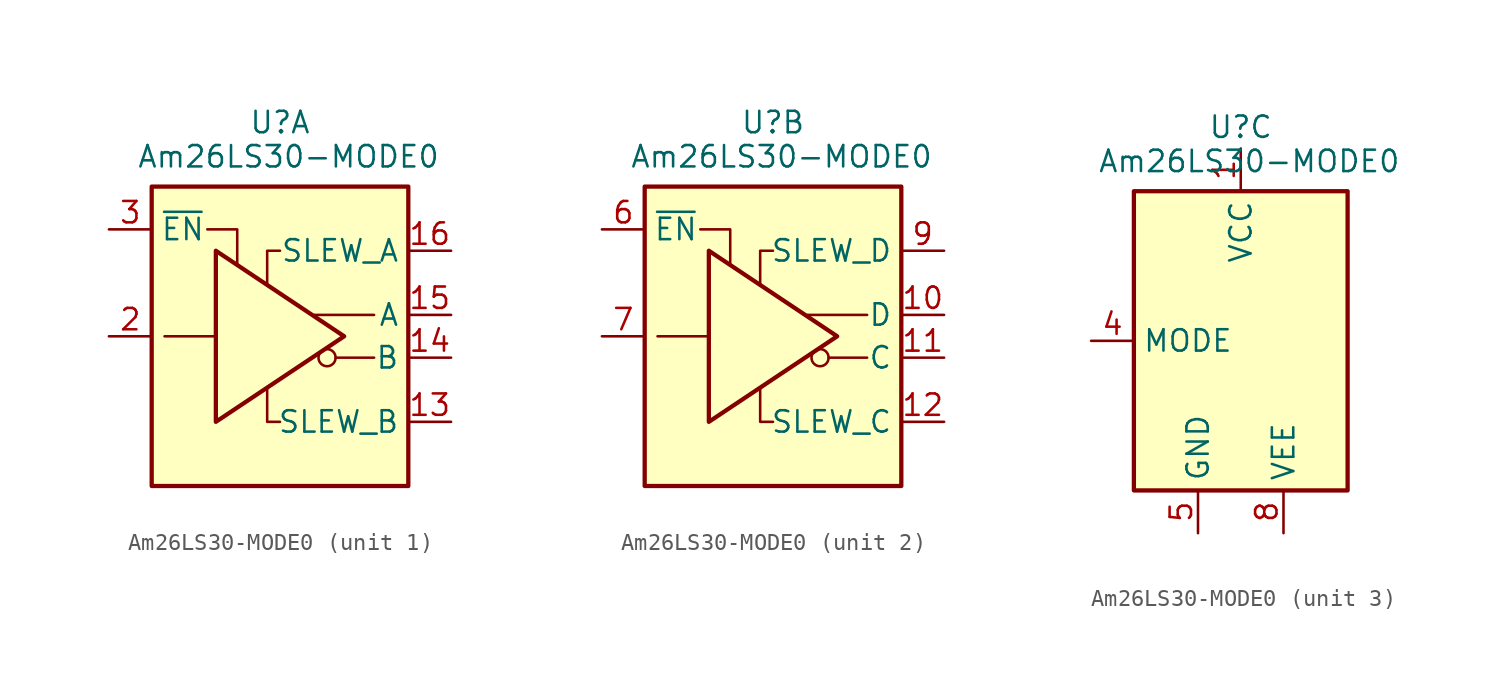
<source format=kicad_sym>
(kicad_symbol_lib
  (version 20231120)
  (generator "kicad_symbol_editor")
  (generator_version "8.0")
  (symbol "Am26LS30-MODE0"
    (property "Reference" "U"
      (at 0 12.7 0)
      (effects (font (size 1.27 1.27))))
    (property "Value" "Am26LS30-MODE0"
      (at 0.508 10.668 0)
      (effects (font (size 1.27 1.27))))
    (property "ki_locked" ""
      (at 0 0 0)
      (effects (font (size 1.27 1.27))))
    (symbol "Am26LS30-MODE0_1_0"
      (polyline (pts (xy -3.81 5.08) (xy -3.81 -5.08) (xy 3.81 0) (xy -3.81 5.08)) (stroke (width 0.254) (type default)) (fill (type background))))
    (symbol "Am26LS30-MODE0_1_1"
      (rectangle (start -7.62 8.89) (end 7.62 -8.89) (stroke (width 0.254) (type default)) (fill (type background)))
      (polyline (pts (xy -6.858 0) (xy -3.81 0)) (stroke (width 0) (type default)) (fill (type none)))
      (polyline (pts (xy 2.032 1.27) (xy 5.588 1.27)) (stroke (width 0) (type default)) (fill (type none)))
      (polyline (pts (xy 3.302 -1.27) (xy 5.588 -1.27)) (stroke (width 0) (type default)) (fill (type none)))
      (polyline (pts (xy -2.54 4.318) (xy -2.54 6.35) (xy -4.318 6.35)) (stroke (width 0) (type default)) (fill (type none)))
      (polyline (pts (xy -0.762 -3.048) (xy -0.762 -5.08) (xy 0 -5.08)) (stroke (width 0) (type default)) (fill (type none)))
      (polyline (pts (xy -0.762 3.048) (xy -0.762 5.08) (xy 0 5.08)) (stroke (width 0) (type default)) (fill (type none)))
      (circle (center 2.794 -1.27) (radius 0.508) (stroke (width 0) (type default)) (fill (type none)))
      (pin output line (at 10.16 -5.08 180) (length 2.54) (name "SLEW_B" (effects (font (size 1.27 1.27)))) (number "13" (effects (font (size 1.27 1.27)))))
      (pin output line (at 10.16 -1.27 180) (length 2.54) (name "B" (effects (font (size 1.27 1.27)))) (number "14" (effects (font (size 1.27 1.27)))))
      (pin output line (at 10.16 1.27 180) (length 2.54) (name "A" (effects (font (size 1.27 1.27)))) (number "15" (effects (font (size 1.27 1.27)))))
      (pin output line (at 10.16 5.08 180) (length 2.54) (name "SLEW_A" (effects (font (size 1.27 1.27)))) (number "16" (effects (font (size 1.27 1.27)))))
      (pin input line (at -10.16 0 0) (length 2.54) (name "" (effects (font (size 1.27 1.27)))) (number "2" (effects (font (size 1.27 1.27)))))
      (pin input line (at -10.16 6.35 0) (length 2.54) (name "~{EN}" (effects (font (size 1.27 1.27)))) (number "3" (effects (font (size 1.27 1.27))))))
    (symbol "Am26LS30-MODE0_2_0"
      (polyline (pts (xy -3.81 5.08) (xy -3.81 -5.08) (xy 3.81 0) (xy -3.81 5.08)) (stroke (width 0.254) (type default)) (fill (type background))))
    (symbol "Am26LS30-MODE0_2_1"
      (rectangle (start -7.62 8.89) (end 7.62 -8.89) (stroke (width 0.254) (type default)) (fill (type background)))
      (polyline (pts (xy -6.858 0) (xy -3.81 0)) (stroke (width 0) (type default)) (fill (type none)))
      (polyline (pts (xy 2.032 1.27) (xy 5.588 1.27)) (stroke (width 0) (type default)) (fill (type none)))
      (polyline (pts (xy 3.302 -1.27) (xy 5.588 -1.27)) (stroke (width 0) (type default)) (fill (type none)))
      (polyline (pts (xy -2.54 4.318) (xy -2.54 6.35) (xy -4.318 6.35)) (stroke (width 0) (type default)) (fill (type none)))
      (polyline (pts (xy -0.762 -3.048) (xy -0.762 -5.08) (xy 0 -5.08)) (stroke (width 0) (type default)) (fill (type none)))
      (polyline (pts (xy -0.762 3.048) (xy -0.762 5.08) (xy 0 5.08)) (stroke (width 0) (type default)) (fill (type none)))
      (circle (center 2.794 -1.27) (radius 0.508) (stroke (width 0) (type default)) (fill (type none)))
      (pin output line (at 10.16 1.27 180) (length 2.54) (name "D" (effects (font (size 1.27 1.27)))) (number "10" (effects (font (size 1.27 1.27)))))
      (pin output line (at 10.16 -1.27 180) (length 2.54) (name "C" (effects (font (size 1.27 1.27)))) (number "11" (effects (font (size 1.27 1.27)))))
      (pin output line (at 10.16 -5.08 180) (length 2.54) (name "SLEW_C" (effects (font (size 1.27 1.27)))) (number "12" (effects (font (size 1.27 1.27)))))
      (pin input line (at -10.16 6.35 0) (length 2.54) (name "~{EN}" (effects (font (size 1.27 1.27)))) (number "6" (effects (font (size 1.27 1.27)))))
      (pin input line (at -10.16 0 0) (length 2.54) (name "" (effects (font (size 1.27 1.27)))) (number "7" (effects (font (size 1.27 1.27)))))
      (pin output line (at 10.16 5.08 180) (length 2.54) (name "SLEW_D" (effects (font (size 1.27 1.27)))) (number "9" (effects (font (size 1.27 1.27))))))
    (symbol "Am26LS30-MODE0_3_1"
      (rectangle (start -6.35 8.89) (end 6.35 -8.89) (stroke (width 0.254) (type default)) (fill (type background)))
      (pin power_in line (at 0 11.43 270) (length 2.54) (name "VCC" (effects (font (size 1.27 1.27)))) (number "1" (effects (font (size 1.27 1.27)))))
      (pin input line (at -8.89 0 0) (length 2.54) (name "MODE" (effects (font (size 1.27 1.27)))) (number "4" (effects (font (size 1.27 1.27)))))
      (pin power_in line (at -2.54 -11.43 90) (length 2.54) (name "GND" (effects (font (size 1.27 1.27)))) (number "5" (effects (font (size 1.27 1.27)))))
      (pin power_in line (at 2.54 -11.43 90) (length 2.54) (name "VEE" (effects (font (size 1.27 1.27)))) (number "8" (effects (font (size 1.27 1.27))))))))
</source>
